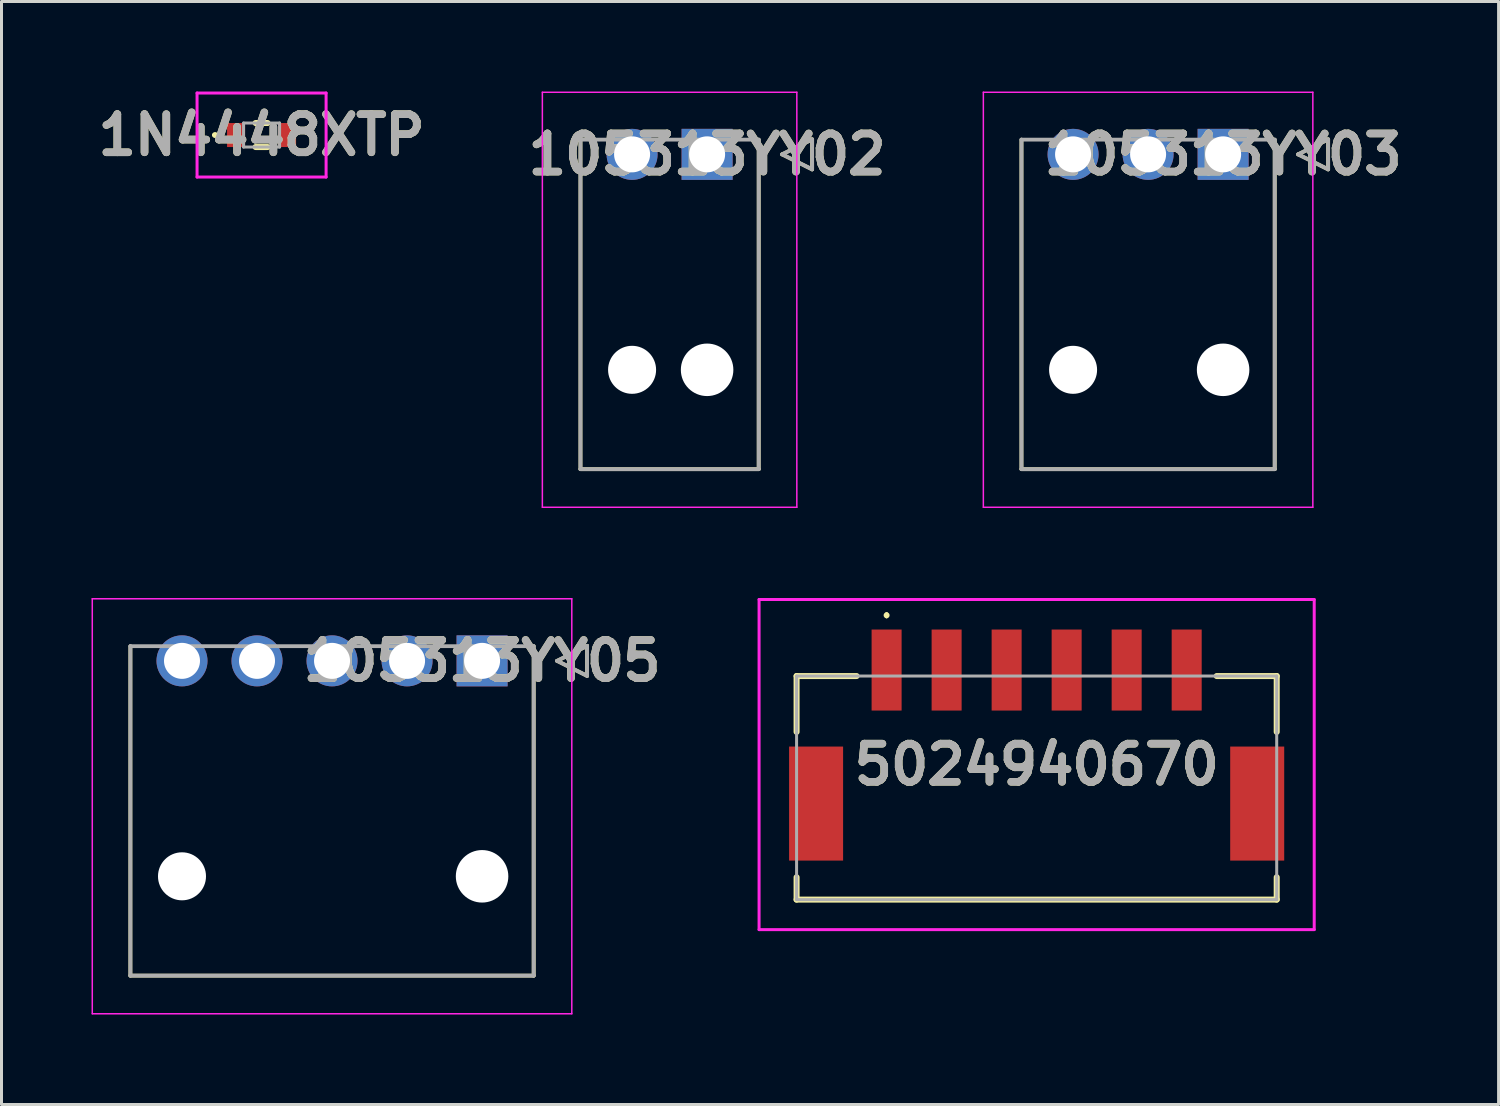
<source format=kicad_pcb>
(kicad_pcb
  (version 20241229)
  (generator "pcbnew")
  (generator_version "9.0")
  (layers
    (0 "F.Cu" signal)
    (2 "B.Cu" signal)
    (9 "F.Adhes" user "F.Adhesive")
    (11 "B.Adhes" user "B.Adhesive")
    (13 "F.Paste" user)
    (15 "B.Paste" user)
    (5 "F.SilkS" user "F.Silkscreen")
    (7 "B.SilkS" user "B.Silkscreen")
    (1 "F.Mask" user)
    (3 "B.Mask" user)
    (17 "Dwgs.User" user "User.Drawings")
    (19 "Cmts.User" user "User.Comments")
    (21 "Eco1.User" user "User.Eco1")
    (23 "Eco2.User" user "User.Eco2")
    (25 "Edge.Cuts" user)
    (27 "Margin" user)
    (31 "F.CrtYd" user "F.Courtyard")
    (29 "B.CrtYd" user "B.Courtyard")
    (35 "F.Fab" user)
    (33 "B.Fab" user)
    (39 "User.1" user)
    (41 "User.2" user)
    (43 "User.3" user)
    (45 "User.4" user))
  (footprint "105313YY02"
    (layer "F.Cu")
    (at 20.514 2.094)
    (property "Reference" "105313YY02" (at 0 0 0) (layer "F.SilkS") (effects (font (size 1.27 1.27) (thickness 0.254))))
    (attr through_hole)
    (fp_line (start -4.22 10.49) (end -4.22 -0.49) (stroke (width 0.127) (type solid)) (layer "F.SilkS"))
    (fp_line (start 1.72 -0.49) (end 1.72 10.49) (stroke (width 0.127) (type solid)) (layer "F.SilkS"))
    (fp_line (start 1.72 10.49) (end -4.22 10.49) (stroke (width 0.127) (type solid)) (layer "F.SilkS"))
    (fp_line (start 2.5 0) (end 3.5 -0.5) (stroke (width 0.127) (type solid)) (layer "F.SilkS"))
    (fp_line (start 3.5 -0.5) (end 3.5 0.5) (stroke (width 0.127) (type solid)) (layer "F.SilkS"))
    (fp_line (start 3.5 0.5) (end 2.5 0) (stroke (width 0.127) (type solid)) (layer "F.SilkS"))
    (fp_line (start -5.49 -2.069) (end 2.99 -2.069) (stroke (width 0.05) (type solid)) (layer "F.CrtYd"))
    (fp_line (start -5.49 11.76) (end -5.49 -2.069) (stroke (width 0.05) (type solid)) (layer "F.CrtYd"))
    (fp_line (start 2.99 -2.069) (end 2.99 11.76) (stroke (width 0.05) (type solid)) (layer "F.CrtYd"))
    (fp_line (start 2.99 11.76) (end -5.49 11.76) (stroke (width 0.05) (type solid)) (layer "F.CrtYd"))
    (fp_line (start -4.22 -0.49) (end 1.72 -0.49) (stroke (width 0.127) (type solid)) (layer "F.Fab"))
    (fp_line (start -4.22 10.49) (end -4.22 -0.49) (stroke (width 0.127) (type solid)) (layer "F.Fab"))
    (fp_line (start 1.72 -0.49) (end 1.72 10.49) (stroke (width 0.127) (type solid)) (layer "F.Fab"))
    (fp_line (start 1.72 10.49) (end -4.22 10.49) (stroke (width 0.127) (type solid)) (layer "F.Fab"))
    (fp_line (start 2.5 0) (end 3.5 -0.5) (stroke (width 0.127) (type solid)) (layer "F.Fab"))
    (fp_line (start 3.5 -0.5) (end 3.5 0.5) (stroke (width 0.127) (type solid)) (layer "F.Fab"))
    (fp_line (start 3.5 0.5) (end 2.5 0) (stroke (width 0.127) (type solid)) (layer "F.Fab"))
    (fp_text user "${REFERENCE}" (at 0 0 0) (layer "F.Fab") (effects (font (size 1.27 1.27) (thickness 0.254))))
    (pad "" np_thru_hole circle (at -2.5 7.18) (size 1.6 1.6) (drill 1.6) (layers "*.Cu" "*.Mask"))
    (pad "" np_thru_hole circle (at 0 7.18) (size 1.75 1.75) (drill 1.75) (layers "*.Cu" "*.Mask"))
    (pad "1" thru_hole rect (at 0 0) (size 1.7 1.7) (drill 1.2) (layers "*.Cu" "*.Mask"))
    (pad "2" thru_hole circle (at -2.5 0) (size 1.7 1.7) (drill 1.2) (layers "*.Cu" "*.Mask")))
  (footprint "5024940670"
    (layer "F.Cu")
    (at 31.496 23.104)
    (property "Reference" "5024940670" (at 0 -0.675 0) (layer "F.SilkS") (effects (font (size 1.27 1.27) (thickness 0.254))))
    (attr smd)
    (fp_line (start -8 -3.625) (end -8 -1.763) (stroke (width 0.2) (type solid)) (layer "F.SilkS"))
    (fp_line (start -8 3.08) (end -8 3.825) (stroke (width 0.2) (type solid)) (layer "F.SilkS"))
    (fp_line (start -8 3.825) (end 8 3.825) (stroke (width 0.2) (type solid)) (layer "F.SilkS"))
    (fp_line (start -6 -3.625) (end -8 -3.625) (stroke (width 0.2) (type solid)) (layer "F.SilkS"))
    (fp_line (start -5 -5.7) (end -5 -5.7) (stroke (width 0.1) (type solid)) (layer "F.SilkS"))
    (fp_line (start -5 -5.6) (end -5 -5.6) (stroke (width 0.1) (type solid)) (layer "F.SilkS"))
    (fp_line (start 6 -3.625) (end 8 -3.625) (stroke (width 0.2) (type solid)) (layer "F.SilkS"))
    (fp_line (start 8 -3.625) (end 8 -1.763) (stroke (width 0.2) (type solid)) (layer "F.SilkS"))
    (fp_line (start 8 3.825) (end 8 3.08) (stroke (width 0.2) (type solid)) (layer "F.SilkS"))
    (fp_arc (start -5 -5.7) (mid -4.95 -5.65) (end -5 -5.6) (stroke (width 0.1) (type solid)) (layer "F.SilkS"))
    (fp_arc (start -5 -5.6) (mid -5.05 -5.65) (end -5 -5.7) (stroke (width 0.1) (type solid)) (layer "F.SilkS"))
    (fp_line (start -9.25 -6.175) (end 9.25 -6.175) (stroke (width 0.1) (type solid)) (layer "F.CrtYd"))
    (fp_line (start -9.25 4.825) (end -9.25 -6.175) (stroke (width 0.1) (type solid)) (layer "F.CrtYd"))
    (fp_line (start 9.25 -6.175) (end 9.25 4.825) (stroke (width 0.1) (type solid)) (layer "F.CrtYd"))
    (fp_line (start 9.25 4.825) (end -9.25 4.825) (stroke (width 0.1) (type solid)) (layer "F.CrtYd"))
    (fp_line (start -8 -3.625) (end 8 -3.625) (stroke (width 0.1) (type solid)) (layer "F.Fab"))
    (fp_line (start -8 3.825) (end -8 -3.625) (stroke (width 0.1) (type solid)) (layer "F.Fab"))
    (fp_line (start 8 -3.625) (end 8 3.825) (stroke (width 0.1) (type solid)) (layer "F.Fab"))
    (fp_line (start 8 3.825) (end -8 3.825) (stroke (width 0.1) (type solid)) (layer "F.Fab"))
    (fp_text user "${REFERENCE}" (at 0 -0.675 0) (layer "F.Fab") (effects (font (size 1.27 1.27) (thickness 0.254))))
    (pad "1" smd rect (at -5 -3.825) (size 1 2.7) (layers "F.Cu" "F.Mask" "F.Paste"))
    (pad "2" smd rect (at -3 -3.825) (size 1 2.7) (layers "F.Cu" "F.Mask" "F.Paste"))
    (pad "3" smd rect (at -1 -3.825) (size 1 2.7) (layers "F.Cu" "F.Mask" "F.Paste"))
    (pad "4" smd rect (at 1 -3.825) (size 1 2.7) (layers "F.Cu" "F.Mask" "F.Paste"))
    (pad "5" smd rect (at 3 -3.825) (size 1 2.7) (layers "F.Cu" "F.Mask" "F.Paste"))
    (pad "6" smd rect (at 5 -3.825) (size 1 2.7) (layers "F.Cu" "F.Mask" "F.Paste"))
    (pad "MP1" smd rect (at -7.35 0.625) (size 1.8 3.8) (layers "F.Cu" "F.Mask" "F.Paste"))
    (pad "MP2" smd rect (at 7.35 0.625) (size 1.8 3.8) (layers "F.Cu" "F.Mask" "F.Paste")))
  (footprint "105313YY03"
    (layer "F.Cu")
    (at 37.71 2.094)
    (property "Reference" "105313YY03" (at 0 0 0) (layer "F.SilkS") (effects (font (size 1.27 1.27) (thickness 0.254))))
    (attr through_hole)
    (fp_line (start -6.72 10.49) (end -6.72 -0.49) (stroke (width 0.127) (type solid)) (layer "F.SilkS"))
    (fp_line (start 1.72 -0.49) (end 1.72 10.49) (stroke (width 0.127) (type solid)) (layer "F.SilkS"))
    (fp_line (start 1.72 10.49) (end -6.72 10.49) (stroke (width 0.127) (type solid)) (layer "F.SilkS"))
    (fp_line (start 2.5 0) (end 3.5 -0.5) (stroke (width 0.127) (type solid)) (layer "F.SilkS"))
    (fp_line (start 3.5 -0.5) (end 3.5 0.5) (stroke (width 0.127) (type solid)) (layer "F.SilkS"))
    (fp_line (start 3.5 0.5) (end 2.5 0) (stroke (width 0.127) (type solid)) (layer "F.SilkS"))
    (fp_line (start -7.99 -2.069) (end 2.99 -2.069) (stroke (width 0.05) (type solid)) (layer "F.CrtYd"))
    (fp_line (start -7.99 11.76) (end -7.99 -2.069) (stroke (width 0.05) (type solid)) (layer "F.CrtYd"))
    (fp_line (start 2.99 -2.069) (end 2.99 11.76) (stroke (width 0.05) (type solid)) (layer "F.CrtYd"))
    (fp_line (start 2.99 11.76) (end -7.99 11.76) (stroke (width 0.05) (type solid)) (layer "F.CrtYd"))
    (fp_line (start -6.72 -0.49) (end 1.72 -0.49) (stroke (width 0.127) (type solid)) (layer "F.Fab"))
    (fp_line (start -6.72 10.49) (end -6.72 -0.49) (stroke (width 0.127) (type solid)) (layer "F.Fab"))
    (fp_line (start 1.72 -0.49) (end 1.72 10.49) (stroke (width 0.127) (type solid)) (layer "F.Fab"))
    (fp_line (start 1.72 10.49) (end -6.72 10.49) (stroke (width 0.127) (type solid)) (layer "F.Fab"))
    (fp_line (start 2.5 0) (end 3.5 -0.5) (stroke (width 0.127) (type solid)) (layer "F.Fab"))
    (fp_line (start 3.5 -0.5) (end 3.5 0.5) (stroke (width 0.127) (type solid)) (layer "F.Fab"))
    (fp_line (start 3.5 0.5) (end 2.5 0) (stroke (width 0.127) (type solid)) (layer "F.Fab"))
    (fp_text user "${REFERENCE}" (at 0 0 0) (layer "F.Fab") (effects (font (size 1.27 1.27) (thickness 0.254))))
    (pad "" np_thru_hole circle (at -5 7.18) (size 1.6 1.6) (drill 1.6) (layers "*.Cu" "*.Mask"))
    (pad "" np_thru_hole circle (at 0 7.18) (size 1.75 1.75) (drill 1.75) (layers "*.Cu" "*.Mask"))
    (pad "1" thru_hole rect (at 0 0) (size 1.7 1.7) (drill 1.2) (layers "*.Cu" "*.Mask"))
    (pad "2" thru_hole circle (at -2.5 0) (size 1.7 1.7) (drill 1.2) (layers "*.Cu" "*.Mask"))
    (pad "3" thru_hole circle (at -5 0) (size 1.7 1.7) (drill 1.2) (layers "*.Cu" "*.Mask")))
  (footprint "1N4448XTP"
    (layer "F.Cu")
    (at 5.667 1.45)
    (property "Reference" "1N4448XTP" (at 0 0 0) (layer "F.SilkS") (effects (font (size 1.27 1.27) (thickness 0.254))))
    (attr smd)
    (fp_line (start -1.6 0) (end -1.6 0) (stroke (width 0.1) (type solid)) (layer "F.SilkS"))
    (fp_line (start -1.5 0) (end -1.5 0) (stroke (width 0.1) (type solid)) (layer "F.SilkS"))
    (fp_line (start -0.2 -0.4) (end 0.2 -0.4) (stroke (width 0.2) (type solid)) (layer "F.SilkS"))
    (fp_line (start -0.2 0.4) (end 0.2 0.4) (stroke (width 0.2) (type solid)) (layer "F.SilkS"))
    (fp_arc (start -1.6 0) (mid -1.55 -0.05) (end -1.5 0) (stroke (width 0.1) (type solid)) (layer "F.SilkS"))
    (fp_arc (start -1.5 0) (mid -1.55 0.05) (end -1.6 0) (stroke (width 0.1) (type solid)) (layer "F.SilkS"))
    (fp_line (start -2.15 -1.4) (end 2.15 -1.4) (stroke (width 0.1) (type solid)) (layer "F.CrtYd"))
    (fp_line (start -2.15 1.4) (end -2.15 -1.4) (stroke (width 0.1) (type solid)) (layer "F.CrtYd"))
    (fp_line (start 2.15 -1.4) (end 2.15 1.4) (stroke (width 0.1) (type solid)) (layer "F.CrtYd"))
    (fp_line (start 2.15 1.4) (end -2.15 1.4) (stroke (width 0.1) (type solid)) (layer "F.CrtYd"))
    (fp_line (start -0.6 -0.4) (end 0.6 -0.4) (stroke (width 0.1) (type solid)) (layer "F.Fab"))
    (fp_line (start -0.6 0.4) (end -0.6 -0.4) (stroke (width 0.1) (type solid)) (layer "F.Fab"))
    (fp_line (start 0.6 -0.4) (end 0.6 0.4) (stroke (width 0.1) (type solid)) (layer "F.Fab"))
    (fp_line (start 0.6 0.4) (end -0.6 0.4) (stroke (width 0.1) (type solid)) (layer "F.Fab"))
    (fp_text user "${REFERENCE}" (at 0 0 0) (layer "F.Fab") (effects (font (size 1.27 1.27) (thickness 0.254))))
    (pad "1" smd rect (at -0.85 0) (size 0.6 0.8) (layers "F.Cu" "F.Mask" "F.Paste"))
    (pad "2" smd rect (at 0.85 0) (size 0.6 0.8) (layers "F.Cu" "F.Mask" "F.Paste")))
  (footprint "105313YY05"
    (layer "F.Cu")
    (at 13.015 18.973)
    (property "Reference" "105313YY05" (at 0 0 0) (layer "F.SilkS") (effects (font (size 1.27 1.27) (thickness 0.254))))
    (attr through_hole)
    (fp_line (start -11.72 10.49) (end -11.72 -0.49) (stroke (width 0.127) (type solid)) (layer "F.SilkS"))
    (fp_line (start 1.72 -0.49) (end 1.72 10.49) (stroke (width 0.127) (type solid)) (layer "F.SilkS"))
    (fp_line (start 1.72 10.49) (end -11.72 10.49) (stroke (width 0.127) (type solid)) (layer "F.SilkS"))
    (fp_line (start 2.5 0) (end 3.5 -0.5) (stroke (width 0.127) (type solid)) (layer "F.SilkS"))
    (fp_line (start 3.5 -0.5) (end 3.5 0.5) (stroke (width 0.127) (type solid)) (layer "F.SilkS"))
    (fp_line (start 3.5 0.5) (end 2.5 0) (stroke (width 0.127) (type solid)) (layer "F.SilkS"))
    (fp_line (start -12.99 -2.069) (end 2.99 -2.069) (stroke (width 0.05) (type solid)) (layer "F.CrtYd"))
    (fp_line (start -12.99 11.76) (end -12.99 -2.069) (stroke (width 0.05) (type solid)) (layer "F.CrtYd"))
    (fp_line (start 2.99 -2.069) (end 2.99 11.76) (stroke (width 0.05) (type solid)) (layer "F.CrtYd"))
    (fp_line (start 2.99 11.76) (end -12.99 11.76) (stroke (width 0.05) (type solid)) (layer "F.CrtYd"))
    (fp_line (start -11.72 -0.49) (end 1.72 -0.49) (stroke (width 0.127) (type solid)) (layer "F.Fab"))
    (fp_line (start -11.72 10.49) (end -11.72 -0.49) (stroke (width 0.127) (type solid)) (layer "F.Fab"))
    (fp_line (start 1.72 -0.49) (end 1.72 10.49) (stroke (width 0.127) (type solid)) (layer "F.Fab"))
    (fp_line (start 1.72 10.49) (end -11.72 10.49) (stroke (width 0.127) (type solid)) (layer "F.Fab"))
    (fp_line (start 2.5 0) (end 3.5 -0.5) (stroke (width 0.127) (type solid)) (layer "F.Fab"))
    (fp_line (start 3.5 -0.5) (end 3.5 0.5) (stroke (width 0.127) (type solid)) (layer "F.Fab"))
    (fp_line (start 3.5 0.5) (end 2.5 0) (stroke (width 0.127) (type solid)) (layer "F.Fab"))
    (fp_text user "${REFERENCE}" (at 0 0 0) (layer "F.Fab") (effects (font (size 1.27 1.27) (thickness 0.254))))
    (pad "" np_thru_hole circle (at -10 7.18) (size 1.6 1.6) (drill 1.6) (layers "*.Cu" "*.Mask"))
    (pad "" np_thru_hole circle (at 0 7.18) (size 1.75 1.75) (drill 1.75) (layers "*.Cu" "*.Mask"))
    (pad "1" thru_hole rect (at 0 0) (size 1.7 1.7) (drill 1.2) (layers "*.Cu" "*.Mask"))
    (pad "2" thru_hole circle (at -2.5 0) (size 1.7 1.7) (drill 1.2) (layers "*.Cu" "*.Mask"))
    (pad "3" thru_hole circle (at -5 0) (size 1.7 1.7) (drill 1.2) (layers "*.Cu" "*.Mask"))
    (pad "4" thru_hole circle (at -7.5 0) (size 1.7 1.7) (drill 1.2) (layers "*.Cu" "*.Mask"))
    (pad "5" thru_hole circle (at -10 0) (size 1.7 1.7) (drill 1.2) (layers "*.Cu" "*.Mask")))
  (gr_rect
    (start -3 -3)
    (end 46.89 33.758)
    (stroke (width 0.1) (type default))
    (fill no)
    (layer "Edge.Cuts")))
</source>
